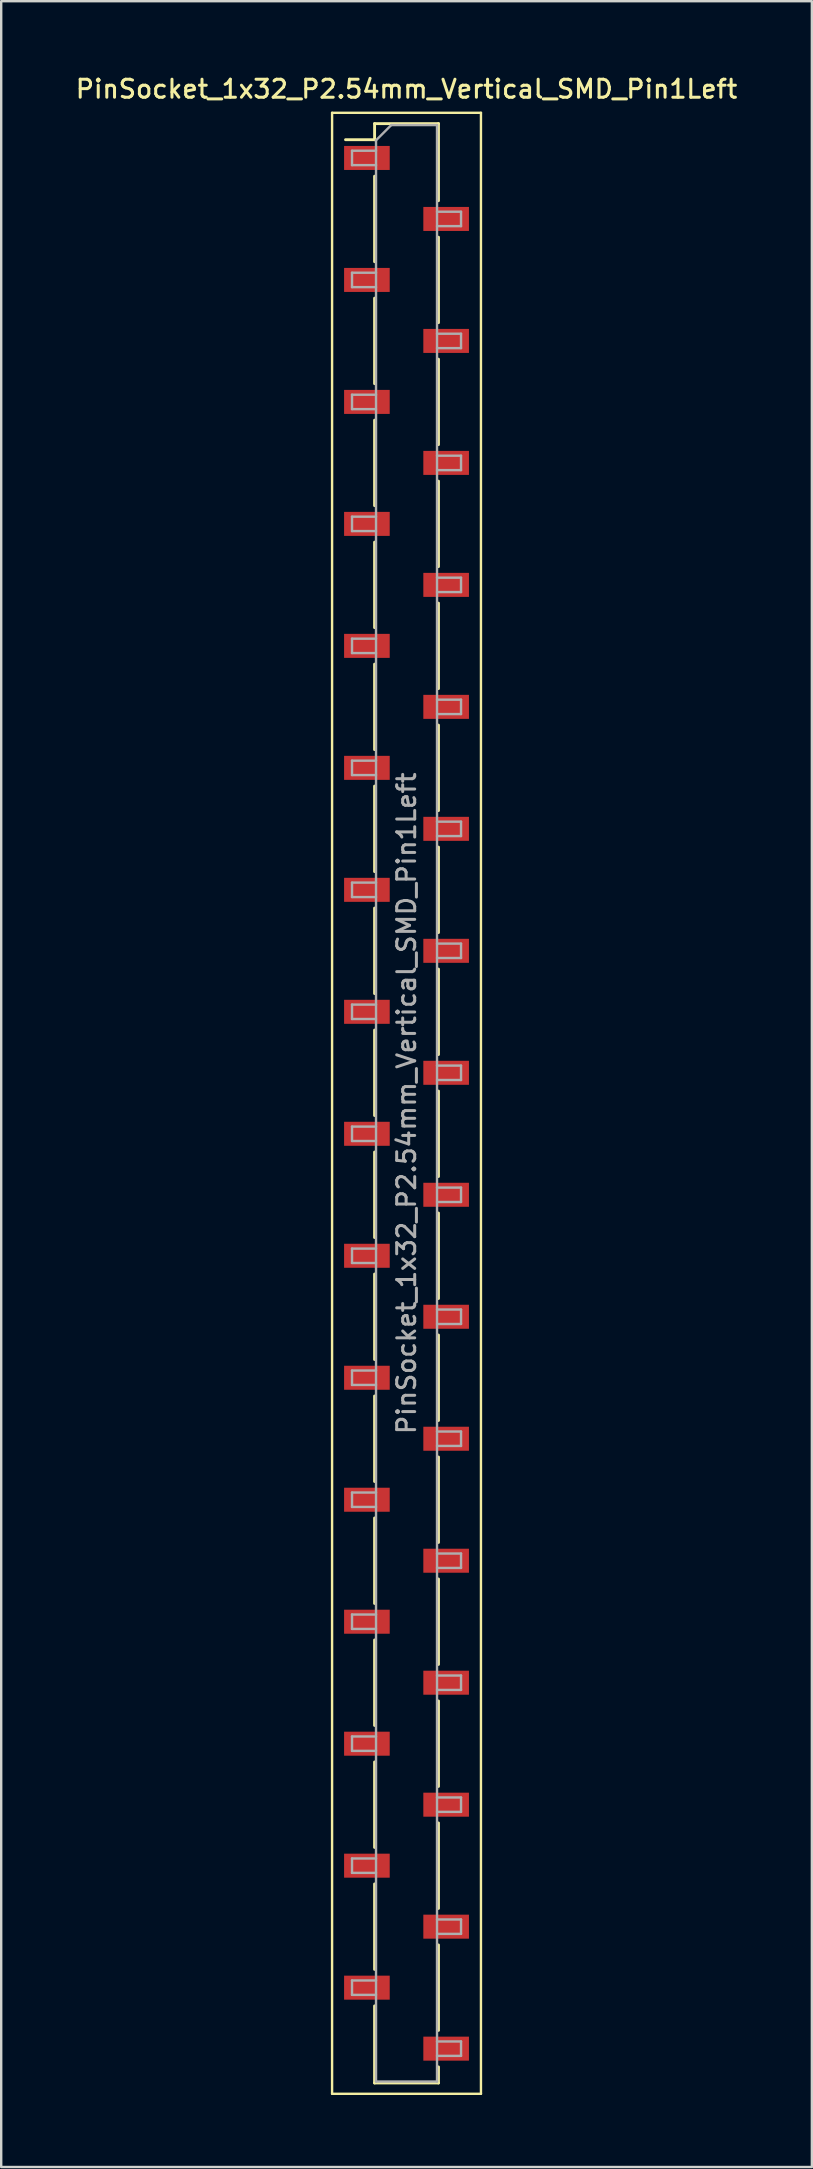
<source format=kicad_pcb>
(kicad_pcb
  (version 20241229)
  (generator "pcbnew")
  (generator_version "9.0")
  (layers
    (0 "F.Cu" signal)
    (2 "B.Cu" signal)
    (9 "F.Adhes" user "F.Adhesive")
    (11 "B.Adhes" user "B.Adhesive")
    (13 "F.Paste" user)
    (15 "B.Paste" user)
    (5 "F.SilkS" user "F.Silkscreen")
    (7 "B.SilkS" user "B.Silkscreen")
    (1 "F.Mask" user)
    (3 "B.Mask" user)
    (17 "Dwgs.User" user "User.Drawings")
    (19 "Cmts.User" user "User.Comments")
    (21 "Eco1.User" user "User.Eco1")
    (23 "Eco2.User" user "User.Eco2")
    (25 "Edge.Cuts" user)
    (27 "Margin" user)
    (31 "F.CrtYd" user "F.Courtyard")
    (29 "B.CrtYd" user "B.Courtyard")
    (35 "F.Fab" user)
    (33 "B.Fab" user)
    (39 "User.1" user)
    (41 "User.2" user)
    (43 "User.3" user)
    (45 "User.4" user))
  (footprint "PinSocket_1x32_P2.54mm_Vertical_SMD_Pin1Left"
    (layer "F.Cu")
    (at 13.88 42.898)
    (property "Reference" "PinSocket_1x32_P2.54mm_Vertical_SMD_Pin1Left" (at 0 -42.24 0) (layer "F.SilkS") (effects (font (size 0.75 0.75) (thickness 0.125))))
    (attr smd)
    (fp_line (start -3.1 -41.25) (end 3.1 -41.25) (stroke (width 0.1) (type solid)) (layer "F.SilkS"))
    (fp_line (start -3.1 41.25) (end -3.1 -41.25) (stroke (width 0.1) (type solid)) (layer "F.SilkS"))
    (fp_line (start -2.54 -40.13) (end -1.33 -40.13) (stroke (width 0.12) (type solid)) (layer "F.SilkS"))
    (fp_line (start -1.33 -40.8) (end -1.33 -40.13) (stroke (width 0.12) (type solid)) (layer "F.SilkS"))
    (fp_line (start -1.33 -40.8) (end 1.33 -40.8) (stroke (width 0.12) (type solid)) (layer "F.SilkS"))
    (fp_line (start -1.33 -38.61) (end -1.33 -35.05) (stroke (width 0.12) (type solid)) (layer "F.SilkS"))
    (fp_line (start -1.33 -33.53) (end -1.33 -29.97) (stroke (width 0.12) (type solid)) (layer "F.SilkS"))
    (fp_line (start -1.33 -28.45) (end -1.33 -24.89) (stroke (width 0.12) (type solid)) (layer "F.SilkS"))
    (fp_line (start -1.33 -23.37) (end -1.33 -19.81) (stroke (width 0.12) (type solid)) (layer "F.SilkS"))
    (fp_line (start -1.33 -18.29) (end -1.33 -14.73) (stroke (width 0.12) (type solid)) (layer "F.SilkS"))
    (fp_line (start -1.33 -13.21) (end -1.33 -9.65) (stroke (width 0.12) (type solid)) (layer "F.SilkS"))
    (fp_line (start -1.33 -8.13) (end -1.33 -4.57) (stroke (width 0.12) (type solid)) (layer "F.SilkS"))
    (fp_line (start -1.33 -3.05) (end -1.33 0.51) (stroke (width 0.12) (type solid)) (layer "F.SilkS"))
    (fp_line (start -1.33 2.03) (end -1.33 5.59) (stroke (width 0.12) (type solid)) (layer "F.SilkS"))
    (fp_line (start -1.33 7.11) (end -1.33 10.67) (stroke (width 0.12) (type solid)) (layer "F.SilkS"))
    (fp_line (start -1.33 12.19) (end -1.33 15.75) (stroke (width 0.12) (type solid)) (layer "F.SilkS"))
    (fp_line (start -1.33 17.27) (end -1.33 20.83) (stroke (width 0.12) (type solid)) (layer "F.SilkS"))
    (fp_line (start -1.33 22.35) (end -1.33 25.91) (stroke (width 0.12) (type solid)) (layer "F.SilkS"))
    (fp_line (start -1.33 27.43) (end -1.33 30.99) (stroke (width 0.12) (type solid)) (layer "F.SilkS"))
    (fp_line (start -1.33 32.51) (end -1.33 36.07) (stroke (width 0.12) (type solid)) (layer "F.SilkS"))
    (fp_line (start -1.33 37.59) (end -1.33 40.8) (stroke (width 0.12) (type solid)) (layer "F.SilkS"))
    (fp_line (start -1.33 40.8) (end 1.33 40.8) (stroke (width 0.12) (type solid)) (layer "F.SilkS"))
    (fp_line (start 1.33 -40.8) (end 1.33 -37.59) (stroke (width 0.12) (type solid)) (layer "F.SilkS"))
    (fp_line (start 1.33 -36.07) (end 1.33 -32.51) (stroke (width 0.12) (type solid)) (layer "F.SilkS"))
    (fp_line (start 1.33 -30.99) (end 1.33 -27.43) (stroke (width 0.12) (type solid)) (layer "F.SilkS"))
    (fp_line (start 1.33 -25.91) (end 1.33 -22.35) (stroke (width 0.12) (type solid)) (layer "F.SilkS"))
    (fp_line (start 1.33 -20.83) (end 1.33 -17.27) (stroke (width 0.12) (type solid)) (layer "F.SilkS"))
    (fp_line (start 1.33 -15.75) (end 1.33 -12.19) (stroke (width 0.12) (type solid)) (layer "F.SilkS"))
    (fp_line (start 1.33 -10.67) (end 1.33 -7.11) (stroke (width 0.12) (type solid)) (layer "F.SilkS"))
    (fp_line (start 1.33 -5.59) (end 1.33 -2.03) (stroke (width 0.12) (type solid)) (layer "F.SilkS"))
    (fp_line (start 1.33 -0.51) (end 1.33 3.05) (stroke (width 0.12) (type solid)) (layer "F.SilkS"))
    (fp_line (start 1.33 4.57) (end 1.33 8.13) (stroke (width 0.12) (type solid)) (layer "F.SilkS"))
    (fp_line (start 1.33 9.65) (end 1.33 13.21) (stroke (width 0.12) (type solid)) (layer "F.SilkS"))
    (fp_line (start 1.33 14.73) (end 1.33 18.29) (stroke (width 0.12) (type solid)) (layer "F.SilkS"))
    (fp_line (start 1.33 19.81) (end 1.33 23.37) (stroke (width 0.12) (type solid)) (layer "F.SilkS"))
    (fp_line (start 1.33 24.89) (end 1.33 28.45) (stroke (width 0.12) (type solid)) (layer "F.SilkS"))
    (fp_line (start 1.33 29.97) (end 1.33 33.53) (stroke (width 0.12) (type solid)) (layer "F.SilkS"))
    (fp_line (start 1.33 35.05) (end 1.33 38.61) (stroke (width 0.12) (type solid)) (layer "F.SilkS"))
    (fp_line (start 1.33 40.13) (end 1.33 40.8) (stroke (width 0.12) (type solid)) (layer "F.SilkS"))
    (fp_line (start 3.1 -41.25) (end 3.1 41.25) (stroke (width 0.1) (type solid)) (layer "F.SilkS"))
    (fp_line (start 3.1 41.25) (end -3.1 41.25) (stroke (width 0.1) (type solid)) (layer "F.SilkS"))
    (fp_line (start -2.27 -39.67) (end -1.27 -39.67) (stroke (width 0.1) (type solid)) (layer "F.Fab"))
    (fp_line (start -2.27 -39.07) (end -2.27 -39.67) (stroke (width 0.1) (type solid)) (layer "F.Fab"))
    (fp_line (start -2.27 -34.59) (end -1.27 -34.59) (stroke (width 0.1) (type solid)) (layer "F.Fab"))
    (fp_line (start -2.27 -33.99) (end -2.27 -34.59) (stroke (width 0.1) (type solid)) (layer "F.Fab"))
    (fp_line (start -2.27 -29.51) (end -1.27 -29.51) (stroke (width 0.1) (type solid)) (layer "F.Fab"))
    (fp_line (start -2.27 -28.91) (end -2.27 -29.51) (stroke (width 0.1) (type solid)) (layer "F.Fab"))
    (fp_line (start -2.27 -24.43) (end -1.27 -24.43) (stroke (width 0.1) (type solid)) (layer "F.Fab"))
    (fp_line (start -2.27 -23.83) (end -2.27 -24.43) (stroke (width 0.1) (type solid)) (layer "F.Fab"))
    (fp_line (start -2.27 -19.35) (end -1.27 -19.35) (stroke (width 0.1) (type solid)) (layer "F.Fab"))
    (fp_line (start -2.27 -18.75) (end -2.27 -19.35) (stroke (width 0.1) (type solid)) (layer "F.Fab"))
    (fp_line (start -2.27 -14.27) (end -1.27 -14.27) (stroke (width 0.1) (type solid)) (layer "F.Fab"))
    (fp_line (start -2.27 -13.67) (end -2.27 -14.27) (stroke (width 0.1) (type solid)) (layer "F.Fab"))
    (fp_line (start -2.27 -9.19) (end -1.27 -9.19) (stroke (width 0.1) (type solid)) (layer "F.Fab"))
    (fp_line (start -2.27 -8.59) (end -2.27 -9.19) (stroke (width 0.1) (type solid)) (layer "F.Fab"))
    (fp_line (start -2.27 -4.11) (end -1.27 -4.11) (stroke (width 0.1) (type solid)) (layer "F.Fab"))
    (fp_line (start -2.27 -3.51) (end -2.27 -4.11) (stroke (width 0.1) (type solid)) (layer "F.Fab"))
    (fp_line (start -2.27 0.97) (end -1.27 0.97) (stroke (width 0.1) (type solid)) (layer "F.Fab"))
    (fp_line (start -2.27 1.57) (end -2.27 0.97) (stroke (width 0.1) (type solid)) (layer "F.Fab"))
    (fp_line (start -2.27 6.05) (end -1.27 6.05) (stroke (width 0.1) (type solid)) (layer "F.Fab"))
    (fp_line (start -2.27 6.65) (end -2.27 6.05) (stroke (width 0.1) (type solid)) (layer "F.Fab"))
    (fp_line (start -2.27 11.13) (end -1.27 11.13) (stroke (width 0.1) (type solid)) (layer "F.Fab"))
    (fp_line (start -2.27 11.73) (end -2.27 11.13) (stroke (width 0.1) (type solid)) (layer "F.Fab"))
    (fp_line (start -2.27 16.21) (end -1.27 16.21) (stroke (width 0.1) (type solid)) (layer "F.Fab"))
    (fp_line (start -2.27 16.81) (end -2.27 16.21) (stroke (width 0.1) (type solid)) (layer "F.Fab"))
    (fp_line (start -2.27 21.29) (end -1.27 21.29) (stroke (width 0.1) (type solid)) (layer "F.Fab"))
    (fp_line (start -2.27 21.89) (end -2.27 21.29) (stroke (width 0.1) (type solid)) (layer "F.Fab"))
    (fp_line (start -2.27 26.37) (end -1.27 26.37) (stroke (width 0.1) (type solid)) (layer "F.Fab"))
    (fp_line (start -2.27 26.97) (end -2.27 26.37) (stroke (width 0.1) (type solid)) (layer "F.Fab"))
    (fp_line (start -2.27 31.45) (end -1.27 31.45) (stroke (width 0.1) (type solid)) (layer "F.Fab"))
    (fp_line (start -2.27 32.05) (end -2.27 31.45) (stroke (width 0.1) (type solid)) (layer "F.Fab"))
    (fp_line (start -2.27 36.53) (end -1.27 36.53) (stroke (width 0.1) (type solid)) (layer "F.Fab"))
    (fp_line (start -2.27 37.13) (end -2.27 36.53) (stroke (width 0.1) (type solid)) (layer "F.Fab"))
    (fp_line (start -1.27 -40.105) (end -0.635 -40.74) (stroke (width 0.1) (type solid)) (layer "F.Fab"))
    (fp_line (start -1.27 -39.07) (end -2.27 -39.07) (stroke (width 0.1) (type solid)) (layer "F.Fab"))
    (fp_line (start -1.27 -33.99) (end -2.27 -33.99) (stroke (width 0.1) (type solid)) (layer "F.Fab"))
    (fp_line (start -1.27 -28.91) (end -2.27 -28.91) (stroke (width 0.1) (type solid)) (layer "F.Fab"))
    (fp_line (start -1.27 -23.83) (end -2.27 -23.83) (stroke (width 0.1) (type solid)) (layer "F.Fab"))
    (fp_line (start -1.27 -18.75) (end -2.27 -18.75) (stroke (width 0.1) (type solid)) (layer "F.Fab"))
    (fp_line (start -1.27 -13.67) (end -2.27 -13.67) (stroke (width 0.1) (type solid)) (layer "F.Fab"))
    (fp_line (start -1.27 -8.59) (end -2.27 -8.59) (stroke (width 0.1) (type solid)) (layer "F.Fab"))
    (fp_line (start -1.27 -3.51) (end -2.27 -3.51) (stroke (width 0.1) (type solid)) (layer "F.Fab"))
    (fp_line (start -1.27 1.57) (end -2.27 1.57) (stroke (width 0.1) (type solid)) (layer "F.Fab"))
    (fp_line (start -1.27 6.65) (end -2.27 6.65) (stroke (width 0.1) (type solid)) (layer "F.Fab"))
    (fp_line (start -1.27 11.73) (end -2.27 11.73) (stroke (width 0.1) (type solid)) (layer "F.Fab"))
    (fp_line (start -1.27 16.81) (end -2.27 16.81) (stroke (width 0.1) (type solid)) (layer "F.Fab"))
    (fp_line (start -1.27 21.89) (end -2.27 21.89) (stroke (width 0.1) (type solid)) (layer "F.Fab"))
    (fp_line (start -1.27 26.97) (end -2.27 26.97) (stroke (width 0.1) (type solid)) (layer "F.Fab"))
    (fp_line (start -1.27 32.05) (end -2.27 32.05) (stroke (width 0.1) (type solid)) (layer "F.Fab"))
    (fp_line (start -1.27 37.13) (end -2.27 37.13) (stroke (width 0.1) (type solid)) (layer "F.Fab"))
    (fp_line (start -1.27 40.74) (end -1.27 -40.105) (stroke (width 0.1) (type solid)) (layer "F.Fab"))
    (fp_line (start -0.635 -40.74) (end 1.27 -40.74) (stroke (width 0.1) (type solid)) (layer "F.Fab"))
    (fp_line (start 1.27 -40.74) (end 1.27 40.74) (stroke (width 0.1) (type solid)) (layer "F.Fab"))
    (fp_line (start 1.27 -37.13) (end 2.27 -37.13) (stroke (width 0.1) (type solid)) (layer "F.Fab"))
    (fp_line (start 1.27 -32.05) (end 2.27 -32.05) (stroke (width 0.1) (type solid)) (layer "F.Fab"))
    (fp_line (start 1.27 -26.97) (end 2.27 -26.97) (stroke (width 0.1) (type solid)) (layer "F.Fab"))
    (fp_line (start 1.27 -21.89) (end 2.27 -21.89) (stroke (width 0.1) (type solid)) (layer "F.Fab"))
    (fp_line (start 1.27 -16.81) (end 2.27 -16.81) (stroke (width 0.1) (type solid)) (layer "F.Fab"))
    (fp_line (start 1.27 -11.73) (end 2.27 -11.73) (stroke (width 0.1) (type solid)) (layer "F.Fab"))
    (fp_line (start 1.27 -6.65) (end 2.27 -6.65) (stroke (width 0.1) (type solid)) (layer "F.Fab"))
    (fp_line (start 1.27 -1.57) (end 2.27 -1.57) (stroke (width 0.1) (type solid)) (layer "F.Fab"))
    (fp_line (start 1.27 3.51) (end 2.27 3.51) (stroke (width 0.1) (type solid)) (layer "F.Fab"))
    (fp_line (start 1.27 8.59) (end 2.27 8.59) (stroke (width 0.1) (type solid)) (layer "F.Fab"))
    (fp_line (start 1.27 13.67) (end 2.27 13.67) (stroke (width 0.1) (type solid)) (layer "F.Fab"))
    (fp_line (start 1.27 18.75) (end 2.27 18.75) (stroke (width 0.1) (type solid)) (layer "F.Fab"))
    (fp_line (start 1.27 23.83) (end 2.27 23.83) (stroke (width 0.1) (type solid)) (layer "F.Fab"))
    (fp_line (start 1.27 28.91) (end 2.27 28.91) (stroke (width 0.1) (type solid)) (layer "F.Fab"))
    (fp_line (start 1.27 33.99) (end 2.27 33.99) (stroke (width 0.1) (type solid)) (layer "F.Fab"))
    (fp_line (start 1.27 39.07) (end 2.27 39.07) (stroke (width 0.1) (type solid)) (layer "F.Fab"))
    (fp_line (start 1.27 40.74) (end -1.27 40.74) (stroke (width 0.1) (type solid)) (layer "F.Fab"))
    (fp_line (start 2.27 -37.13) (end 2.27 -36.53) (stroke (width 0.1) (type solid)) (layer "F.Fab"))
    (fp_line (start 2.27 -36.53) (end 1.27 -36.53) (stroke (width 0.1) (type solid)) (layer "F.Fab"))
    (fp_line (start 2.27 -32.05) (end 2.27 -31.45) (stroke (width 0.1) (type solid)) (layer "F.Fab"))
    (fp_line (start 2.27 -31.45) (end 1.27 -31.45) (stroke (width 0.1) (type solid)) (layer "F.Fab"))
    (fp_line (start 2.27 -26.97) (end 2.27 -26.37) (stroke (width 0.1) (type solid)) (layer "F.Fab"))
    (fp_line (start 2.27 -26.37) (end 1.27 -26.37) (stroke (width 0.1) (type solid)) (layer "F.Fab"))
    (fp_line (start 2.27 -21.89) (end 2.27 -21.29) (stroke (width 0.1) (type solid)) (layer "F.Fab"))
    (fp_line (start 2.27 -21.29) (end 1.27 -21.29) (stroke (width 0.1) (type solid)) (layer "F.Fab"))
    (fp_line (start 2.27 -16.81) (end 2.27 -16.21) (stroke (width 0.1) (type solid)) (layer "F.Fab"))
    (fp_line (start 2.27 -16.21) (end 1.27 -16.21) (stroke (width 0.1) (type solid)) (layer "F.Fab"))
    (fp_line (start 2.27 -11.73) (end 2.27 -11.13) (stroke (width 0.1) (type solid)) (layer "F.Fab"))
    (fp_line (start 2.27 -11.13) (end 1.27 -11.13) (stroke (width 0.1) (type solid)) (layer "F.Fab"))
    (fp_line (start 2.27 -6.65) (end 2.27 -6.05) (stroke (width 0.1) (type solid)) (layer "F.Fab"))
    (fp_line (start 2.27 -6.05) (end 1.27 -6.05) (stroke (width 0.1) (type solid)) (layer "F.Fab"))
    (fp_line (start 2.27 -1.57) (end 2.27 -0.97) (stroke (width 0.1) (type solid)) (layer "F.Fab"))
    (fp_line (start 2.27 -0.97) (end 1.27 -0.97) (stroke (width 0.1) (type solid)) (layer "F.Fab"))
    (fp_line (start 2.27 3.51) (end 2.27 4.11) (stroke (width 0.1) (type solid)) (layer "F.Fab"))
    (fp_line (start 2.27 4.11) (end 1.27 4.11) (stroke (width 0.1) (type solid)) (layer "F.Fab"))
    (fp_line (start 2.27 8.59) (end 2.27 9.19) (stroke (width 0.1) (type solid)) (layer "F.Fab"))
    (fp_line (start 2.27 9.19) (end 1.27 9.19) (stroke (width 0.1) (type solid)) (layer "F.Fab"))
    (fp_line (start 2.27 13.67) (end 2.27 14.27) (stroke (width 0.1) (type solid)) (layer "F.Fab"))
    (fp_line (start 2.27 14.27) (end 1.27 14.27) (stroke (width 0.1) (type solid)) (layer "F.Fab"))
    (fp_line (start 2.27 18.75) (end 2.27 19.35) (stroke (width 0.1) (type solid)) (layer "F.Fab"))
    (fp_line (start 2.27 19.35) (end 1.27 19.35) (stroke (width 0.1) (type solid)) (layer "F.Fab"))
    (fp_line (start 2.27 23.83) (end 2.27 24.43) (stroke (width 0.1) (type solid)) (layer "F.Fab"))
    (fp_line (start 2.27 24.43) (end 1.27 24.43) (stroke (width 0.1) (type solid)) (layer "F.Fab"))
    (fp_line (start 2.27 28.91) (end 2.27 29.51) (stroke (width 0.1) (type solid)) (layer "F.Fab"))
    (fp_line (start 2.27 29.51) (end 1.27 29.51) (stroke (width 0.1) (type solid)) (layer "F.Fab"))
    (fp_line (start 2.27 33.99) (end 2.27 34.59) (stroke (width 0.1) (type solid)) (layer "F.Fab"))
    (fp_line (start 2.27 34.59) (end 1.27 34.59) (stroke (width 0.1) (type solid)) (layer "F.Fab"))
    (fp_line (start 2.27 39.07) (end 2.27 39.67) (stroke (width 0.1) (type solid)) (layer "F.Fab"))
    (fp_line (start 2.27 39.67) (end 1.27 39.67) (stroke (width 0.1) (type solid)) (layer "F.Fab"))
    (fp_text user "${REFERENCE}" (at 0 0 90) (layer "F.Fab") (effects (font (size 0.75 0.75) (thickness 0.125))))
    (pad "1" smd rect (at -1.65 -39.37) (size 1.9 1) (layers "F.Cu" "F.Mask" "F.Paste"))
    (pad "2" smd rect (at 1.65 -36.83) (size 1.9 1) (layers "F.Cu" "F.Mask" "F.Paste"))
    (pad "3" smd rect (at -1.65 -34.29) (size 1.9 1) (layers "F.Cu" "F.Mask" "F.Paste"))
    (pad "4" smd rect (at 1.65 -31.75) (size 1.9 1) (layers "F.Cu" "F.Mask" "F.Paste"))
    (pad "5" smd rect (at -1.65 -29.21) (size 1.9 1) (layers "F.Cu" "F.Mask" "F.Paste"))
    (pad "6" smd rect (at 1.65 -26.67) (size 1.9 1) (layers "F.Cu" "F.Mask" "F.Paste"))
    (pad "7" smd rect (at -1.65 -24.13) (size 1.9 1) (layers "F.Cu" "F.Mask" "F.Paste"))
    (pad "8" smd rect (at 1.65 -21.59) (size 1.9 1) (layers "F.Cu" "F.Mask" "F.Paste"))
    (pad "9" smd rect (at -1.65 -19.05) (size 1.9 1) (layers "F.Cu" "F.Mask" "F.Paste"))
    (pad "10" smd rect (at 1.65 -16.51) (size 1.9 1) (layers "F.Cu" "F.Mask" "F.Paste"))
    (pad "11" smd rect (at -1.65 -13.97) (size 1.9 1) (layers "F.Cu" "F.Mask" "F.Paste"))
    (pad "12" smd rect (at 1.65 -11.43) (size 1.9 1) (layers "F.Cu" "F.Mask" "F.Paste"))
    (pad "13" smd rect (at -1.65 -8.89) (size 1.9 1) (layers "F.Cu" "F.Mask" "F.Paste"))
    (pad "14" smd rect (at 1.65 -6.35) (size 1.9 1) (layers "F.Cu" "F.Mask" "F.Paste"))
    (pad "15" smd rect (at -1.65 -3.81) (size 1.9 1) (layers "F.Cu" "F.Mask" "F.Paste"))
    (pad "16" smd rect (at 1.65 -1.27) (size 1.9 1) (layers "F.Cu" "F.Mask" "F.Paste"))
    (pad "17" smd rect (at -1.65 1.27) (size 1.9 1) (layers "F.Cu" "F.Mask" "F.Paste"))
    (pad "18" smd rect (at 1.65 3.81) (size 1.9 1) (layers "F.Cu" "F.Mask" "F.Paste"))
    (pad "19" smd rect (at -1.65 6.35) (size 1.9 1) (layers "F.Cu" "F.Mask" "F.Paste"))
    (pad "20" smd rect (at 1.65 8.89) (size 1.9 1) (layers "F.Cu" "F.Mask" "F.Paste"))
    (pad "21" smd rect (at -1.65 11.43) (size 1.9 1) (layers "F.Cu" "F.Mask" "F.Paste"))
    (pad "22" smd rect (at 1.65 13.97) (size 1.9 1) (layers "F.Cu" "F.Mask" "F.Paste"))
    (pad "23" smd rect (at -1.65 16.51) (size 1.9 1) (layers "F.Cu" "F.Mask" "F.Paste"))
    (pad "24" smd rect (at 1.65 19.05) (size 1.9 1) (layers "F.Cu" "F.Mask" "F.Paste"))
    (pad "25" smd rect (at -1.65 21.59) (size 1.9 1) (layers "F.Cu" "F.Mask" "F.Paste"))
    (pad "26" smd rect (at 1.65 24.13) (size 1.9 1) (layers "F.Cu" "F.Mask" "F.Paste"))
    (pad "27" smd rect (at -1.65 26.67) (size 1.9 1) (layers "F.Cu" "F.Mask" "F.Paste"))
    (pad "28" smd rect (at 1.65 29.21) (size 1.9 1) (layers "F.Cu" "F.Mask" "F.Paste"))
    (pad "29" smd rect (at -1.65 31.75) (size 1.9 1) (layers "F.Cu" "F.Mask" "F.Paste"))
    (pad "30" smd rect (at 1.65 34.29) (size 1.9 1) (layers "F.Cu" "F.Mask" "F.Paste"))
    (pad "31" smd rect (at -1.65 36.83) (size 1.9 1) (layers "F.Cu" "F.Mask" "F.Paste"))
    (pad "32" smd rect (at 1.65 39.37) (size 1.9 1) (layers "F.Cu" "F.Mask" "F.Paste")))
  (gr_rect
    (start -3 -3)
    (end 30.761 87.198)
    (stroke (width 0.1) (type default))
    (fill no)
    (layer "Edge.Cuts")))
</source>
